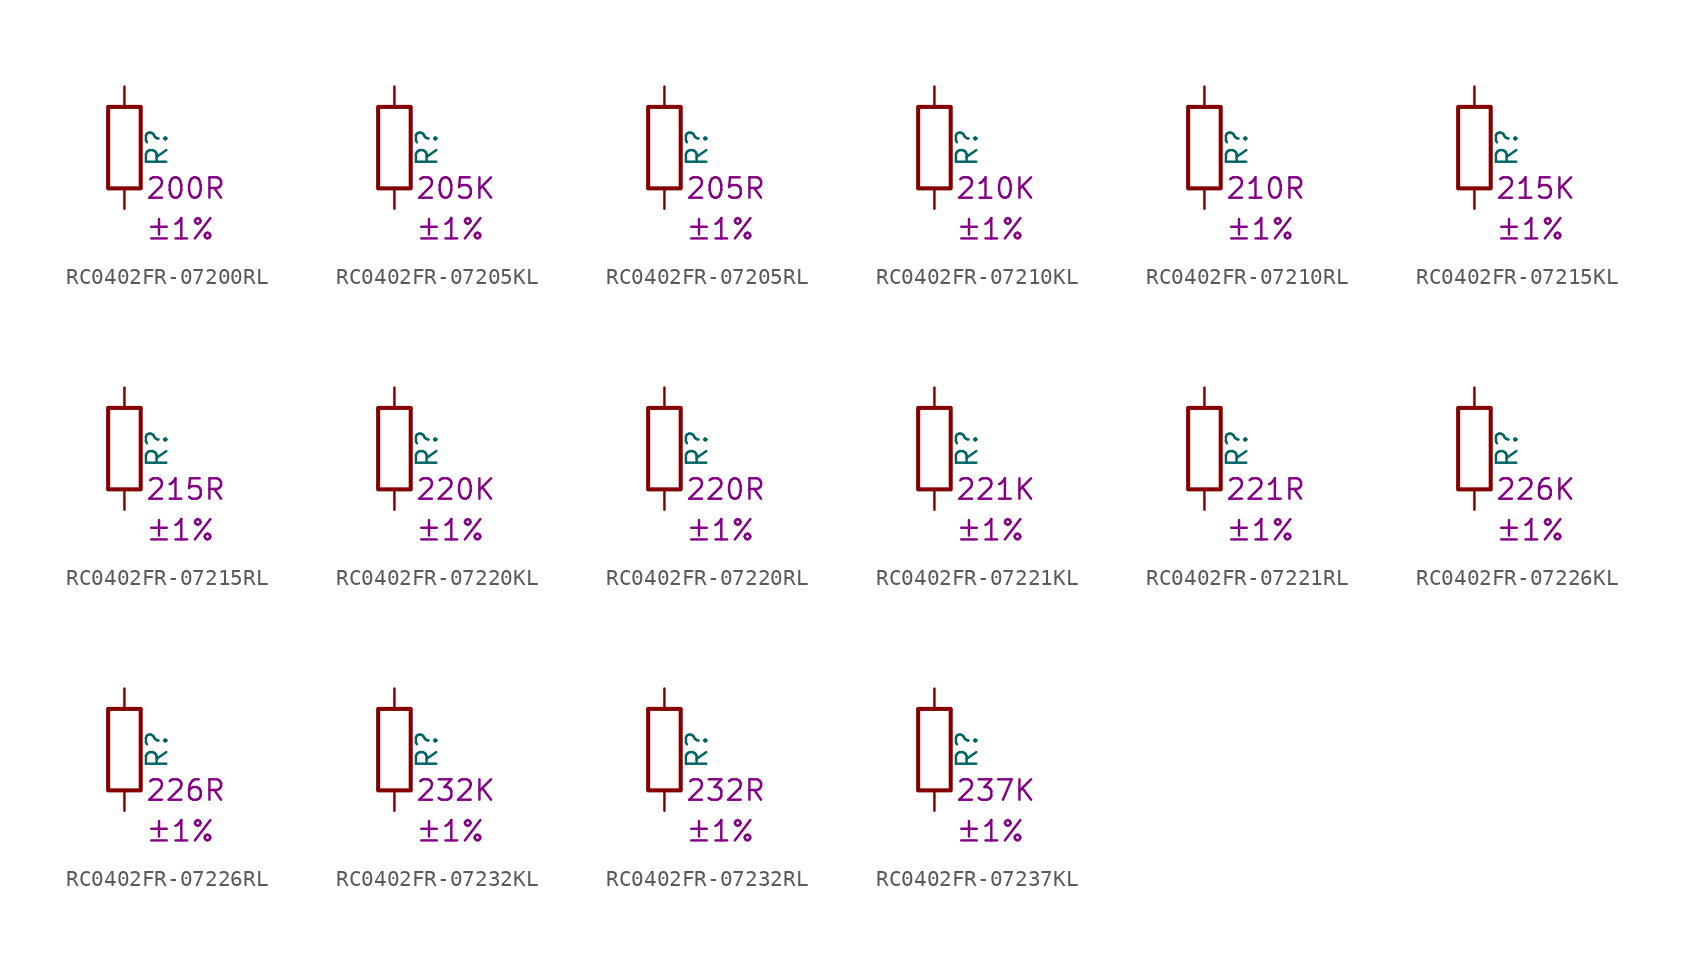
<source format=kicad_sym>
(kicad_symbol_lib
  (version 20220914)
  (generator kicad_symbol_editor)
  (symbol "RC0402FR-07200RL"
    (pin_numbers hide)
    (pin_names
      (offset 0))
    (property "Reference" "R"
      (at 2.032 0 90)
      (effects (font (size 1.27 1.27))))
    (property "Resistance" "200R"
      (at 1.27 -2.54 0)
      (effects (font (size 1.27 1.27)) (justify left)))
    (property "Tolerance" "±1%"
      (at 1.27 -5.08 0)
      (effects (font (size 1.27 1.27)) (justify left)))
    (symbol "RC0402FR-07200RL_0_1"
      (rectangle (start -1.016 -2.54) (end 1.016 2.54) (stroke (width 0.254) (type default)) (fill (type none))))
    (symbol "RC0402FR-07200RL_1_1"
      (pin passive line (at 0 3.81 270) (length 1.27) (name "~" (effects (font (size 1.27 1.27)))) (number "1" (effects (font (size 1.27 1.27)))))
      (pin passive line (at 0 -3.81 90) (length 1.27) (name "~" (effects (font (size 1.27 1.27)))) (number "2" (effects (font (size 1.27 1.27)))))))
  (symbol "RC0402FR-07205KL"
    (pin_numbers hide)
    (pin_names
      (offset 0))
    (property "Reference" "R"
      (at 2.032 0 90)
      (effects (font (size 1.27 1.27))))
    (property "Resistance" "205K"
      (at 1.27 -2.54 0)
      (effects (font (size 1.27 1.27)) (justify left)))
    (property "Tolerance" "±1%"
      (at 1.27 -5.08 0)
      (effects (font (size 1.27 1.27)) (justify left)))
    (symbol "RC0402FR-07205KL_0_1"
      (rectangle (start -1.016 -2.54) (end 1.016 2.54) (stroke (width 0.254) (type default)) (fill (type none))))
    (symbol "RC0402FR-07205KL_1_1"
      (pin passive line (at 0 3.81 270) (length 1.27) (name "~" (effects (font (size 1.27 1.27)))) (number "1" (effects (font (size 1.27 1.27)))))
      (pin passive line (at 0 -3.81 90) (length 1.27) (name "~" (effects (font (size 1.27 1.27)))) (number "2" (effects (font (size 1.27 1.27)))))))
  (symbol "RC0402FR-07205RL"
    (pin_numbers hide)
    (pin_names
      (offset 0))
    (property "Reference" "R"
      (at 2.032 0 90)
      (effects (font (size 1.27 1.27))))
    (property "Resistance" "205R"
      (at 1.27 -2.54 0)
      (effects (font (size 1.27 1.27)) (justify left)))
    (property "Tolerance" "±1%"
      (at 1.27 -5.08 0)
      (effects (font (size 1.27 1.27)) (justify left)))
    (symbol "RC0402FR-07205RL_0_1"
      (rectangle (start -1.016 -2.54) (end 1.016 2.54) (stroke (width 0.254) (type default)) (fill (type none))))
    (symbol "RC0402FR-07205RL_1_1"
      (pin passive line (at 0 3.81 270) (length 1.27) (name "~" (effects (font (size 1.27 1.27)))) (number "1" (effects (font (size 1.27 1.27)))))
      (pin passive line (at 0 -3.81 90) (length 1.27) (name "~" (effects (font (size 1.27 1.27)))) (number "2" (effects (font (size 1.27 1.27)))))))
  (symbol "RC0402FR-07210KL"
    (pin_numbers hide)
    (pin_names
      (offset 0))
    (property "Reference" "R"
      (at 2.032 0 90)
      (effects (font (size 1.27 1.27))))
    (property "Resistance" "210K"
      (at 1.27 -2.54 0)
      (effects (font (size 1.27 1.27)) (justify left)))
    (property "Tolerance" "±1%"
      (at 1.27 -5.08 0)
      (effects (font (size 1.27 1.27)) (justify left)))
    (symbol "RC0402FR-07210KL_0_1"
      (rectangle (start -1.016 -2.54) (end 1.016 2.54) (stroke (width 0.254) (type default)) (fill (type none))))
    (symbol "RC0402FR-07210KL_1_1"
      (pin passive line (at 0 3.81 270) (length 1.27) (name "~" (effects (font (size 1.27 1.27)))) (number "1" (effects (font (size 1.27 1.27)))))
      (pin passive line (at 0 -3.81 90) (length 1.27) (name "~" (effects (font (size 1.27 1.27)))) (number "2" (effects (font (size 1.27 1.27)))))))
  (symbol "RC0402FR-07210RL"
    (pin_numbers hide)
    (pin_names
      (offset 0))
    (property "Reference" "R"
      (at 2.032 0 90)
      (effects (font (size 1.27 1.27))))
    (property "Resistance" "210R"
      (at 1.27 -2.54 0)
      (effects (font (size 1.27 1.27)) (justify left)))
    (property "Tolerance" "±1%"
      (at 1.27 -5.08 0)
      (effects (font (size 1.27 1.27)) (justify left)))
    (symbol "RC0402FR-07210RL_0_1"
      (rectangle (start -1.016 -2.54) (end 1.016 2.54) (stroke (width 0.254) (type default)) (fill (type none))))
    (symbol "RC0402FR-07210RL_1_1"
      (pin passive line (at 0 3.81 270) (length 1.27) (name "~" (effects (font (size 1.27 1.27)))) (number "1" (effects (font (size 1.27 1.27)))))
      (pin passive line (at 0 -3.81 90) (length 1.27) (name "~" (effects (font (size 1.27 1.27)))) (number "2" (effects (font (size 1.27 1.27)))))))
  (symbol "RC0402FR-07215KL"
    (pin_numbers hide)
    (pin_names
      (offset 0))
    (property "Reference" "R"
      (at 2.032 0 90)
      (effects (font (size 1.27 1.27))))
    (property "Resistance" "215K"
      (at 1.27 -2.54 0)
      (effects (font (size 1.27 1.27)) (justify left)))
    (property "Tolerance" "±1%"
      (at 1.27 -5.08 0)
      (effects (font (size 1.27 1.27)) (justify left)))
    (symbol "RC0402FR-07215KL_0_1"
      (rectangle (start -1.016 -2.54) (end 1.016 2.54) (stroke (width 0.254) (type default)) (fill (type none))))
    (symbol "RC0402FR-07215KL_1_1"
      (pin passive line (at 0 3.81 270) (length 1.27) (name "~" (effects (font (size 1.27 1.27)))) (number "1" (effects (font (size 1.27 1.27)))))
      (pin passive line (at 0 -3.81 90) (length 1.27) (name "~" (effects (font (size 1.27 1.27)))) (number "2" (effects (font (size 1.27 1.27)))))))
  (symbol "RC0402FR-07215RL"
    (pin_numbers hide)
    (pin_names
      (offset 0))
    (property "Reference" "R"
      (at 2.032 0 90)
      (effects (font (size 1.27 1.27))))
    (property "Resistance" "215R"
      (at 1.27 -2.54 0)
      (effects (font (size 1.27 1.27)) (justify left)))
    (property "Tolerance" "±1%"
      (at 1.27 -5.08 0)
      (effects (font (size 1.27 1.27)) (justify left)))
    (symbol "RC0402FR-07215RL_0_1"
      (rectangle (start -1.016 -2.54) (end 1.016 2.54) (stroke (width 0.254) (type default)) (fill (type none))))
    (symbol "RC0402FR-07215RL_1_1"
      (pin passive line (at 0 3.81 270) (length 1.27) (name "~" (effects (font (size 1.27 1.27)))) (number "1" (effects (font (size 1.27 1.27)))))
      (pin passive line (at 0 -3.81 90) (length 1.27) (name "~" (effects (font (size 1.27 1.27)))) (number "2" (effects (font (size 1.27 1.27)))))))
  (symbol "RC0402FR-07220KL"
    (pin_numbers hide)
    (pin_names
      (offset 0))
    (property "Reference" "R"
      (at 2.032 0 90)
      (effects (font (size 1.27 1.27))))
    (property "Resistance" "220K"
      (at 1.27 -2.54 0)
      (effects (font (size 1.27 1.27)) (justify left)))
    (property "Tolerance" "±1%"
      (at 1.27 -5.08 0)
      (effects (font (size 1.27 1.27)) (justify left)))
    (symbol "RC0402FR-07220KL_0_1"
      (rectangle (start -1.016 -2.54) (end 1.016 2.54) (stroke (width 0.254) (type default)) (fill (type none))))
    (symbol "RC0402FR-07220KL_1_1"
      (pin passive line (at 0 3.81 270) (length 1.27) (name "~" (effects (font (size 1.27 1.27)))) (number "1" (effects (font (size 1.27 1.27)))))
      (pin passive line (at 0 -3.81 90) (length 1.27) (name "~" (effects (font (size 1.27 1.27)))) (number "2" (effects (font (size 1.27 1.27)))))))
  (symbol "RC0402FR-07220RL"
    (pin_numbers hide)
    (pin_names
      (offset 0))
    (property "Reference" "R"
      (at 2.032 0 90)
      (effects (font (size 1.27 1.27))))
    (property "Resistance" "220R"
      (at 1.27 -2.54 0)
      (effects (font (size 1.27 1.27)) (justify left)))
    (property "Tolerance" "±1%"
      (at 1.27 -5.08 0)
      (effects (font (size 1.27 1.27)) (justify left)))
    (symbol "RC0402FR-07220RL_0_1"
      (rectangle (start -1.016 -2.54) (end 1.016 2.54) (stroke (width 0.254) (type default)) (fill (type none))))
    (symbol "RC0402FR-07220RL_1_1"
      (pin passive line (at 0 3.81 270) (length 1.27) (name "~" (effects (font (size 1.27 1.27)))) (number "1" (effects (font (size 1.27 1.27)))))
      (pin passive line (at 0 -3.81 90) (length 1.27) (name "~" (effects (font (size 1.27 1.27)))) (number "2" (effects (font (size 1.27 1.27)))))))
  (symbol "RC0402FR-07221KL"
    (pin_numbers hide)
    (pin_names
      (offset 0))
    (property "Reference" "R"
      (at 2.032 0 90)
      (effects (font (size 1.27 1.27))))
    (property "Resistance" "221K"
      (at 1.27 -2.54 0)
      (effects (font (size 1.27 1.27)) (justify left)))
    (property "Tolerance" "±1%"
      (at 1.27 -5.08 0)
      (effects (font (size 1.27 1.27)) (justify left)))
    (symbol "RC0402FR-07221KL_0_1"
      (rectangle (start -1.016 -2.54) (end 1.016 2.54) (stroke (width 0.254) (type default)) (fill (type none))))
    (symbol "RC0402FR-07221KL_1_1"
      (pin passive line (at 0 3.81 270) (length 1.27) (name "~" (effects (font (size 1.27 1.27)))) (number "1" (effects (font (size 1.27 1.27)))))
      (pin passive line (at 0 -3.81 90) (length 1.27) (name "~" (effects (font (size 1.27 1.27)))) (number "2" (effects (font (size 1.27 1.27)))))))
  (symbol "RC0402FR-07221RL"
    (pin_numbers hide)
    (pin_names
      (offset 0))
    (property "Reference" "R"
      (at 2.032 0 90)
      (effects (font (size 1.27 1.27))))
    (property "Resistance" "221R"
      (at 1.27 -2.54 0)
      (effects (font (size 1.27 1.27)) (justify left)))
    (property "Tolerance" "±1%"
      (at 1.27 -5.08 0)
      (effects (font (size 1.27 1.27)) (justify left)))
    (symbol "RC0402FR-07221RL_0_1"
      (rectangle (start -1.016 -2.54) (end 1.016 2.54) (stroke (width 0.254) (type default)) (fill (type none))))
    (symbol "RC0402FR-07221RL_1_1"
      (pin passive line (at 0 3.81 270) (length 1.27) (name "~" (effects (font (size 1.27 1.27)))) (number "1" (effects (font (size 1.27 1.27)))))
      (pin passive line (at 0 -3.81 90) (length 1.27) (name "~" (effects (font (size 1.27 1.27)))) (number "2" (effects (font (size 1.27 1.27)))))))
  (symbol "RC0402FR-07226KL"
    (pin_numbers hide)
    (pin_names
      (offset 0))
    (property "Reference" "R"
      (at 2.032 0 90)
      (effects (font (size 1.27 1.27))))
    (property "Resistance" "226K"
      (at 1.27 -2.54 0)
      (effects (font (size 1.27 1.27)) (justify left)))
    (property "Tolerance" "±1%"
      (at 1.27 -5.08 0)
      (effects (font (size 1.27 1.27)) (justify left)))
    (symbol "RC0402FR-07226KL_0_1"
      (rectangle (start -1.016 -2.54) (end 1.016 2.54) (stroke (width 0.254) (type default)) (fill (type none))))
    (symbol "RC0402FR-07226KL_1_1"
      (pin passive line (at 0 3.81 270) (length 1.27) (name "~" (effects (font (size 1.27 1.27)))) (number "1" (effects (font (size 1.27 1.27)))))
      (pin passive line (at 0 -3.81 90) (length 1.27) (name "~" (effects (font (size 1.27 1.27)))) (number "2" (effects (font (size 1.27 1.27)))))))
  (symbol "RC0402FR-07226RL"
    (pin_numbers hide)
    (pin_names
      (offset 0))
    (property "Reference" "R"
      (at 2.032 0 90)
      (effects (font (size 1.27 1.27))))
    (property "Resistance" "226R"
      (at 1.27 -2.54 0)
      (effects (font (size 1.27 1.27)) (justify left)))
    (property "Tolerance" "±1%"
      (at 1.27 -5.08 0)
      (effects (font (size 1.27 1.27)) (justify left)))
    (symbol "RC0402FR-07226RL_0_1"
      (rectangle (start -1.016 -2.54) (end 1.016 2.54) (stroke (width 0.254) (type default)) (fill (type none))))
    (symbol "RC0402FR-07226RL_1_1"
      (pin passive line (at 0 3.81 270) (length 1.27) (name "~" (effects (font (size 1.27 1.27)))) (number "1" (effects (font (size 1.27 1.27)))))
      (pin passive line (at 0 -3.81 90) (length 1.27) (name "~" (effects (font (size 1.27 1.27)))) (number "2" (effects (font (size 1.27 1.27)))))))
  (symbol "RC0402FR-07232KL"
    (pin_numbers hide)
    (pin_names
      (offset 0))
    (property "Reference" "R"
      (at 2.032 0 90)
      (effects (font (size 1.27 1.27))))
    (property "Resistance" "232K"
      (at 1.27 -2.54 0)
      (effects (font (size 1.27 1.27)) (justify left)))
    (property "Tolerance" "±1%"
      (at 1.27 -5.08 0)
      (effects (font (size 1.27 1.27)) (justify left)))
    (symbol "RC0402FR-07232KL_0_1"
      (rectangle (start -1.016 -2.54) (end 1.016 2.54) (stroke (width 0.254) (type default)) (fill (type none))))
    (symbol "RC0402FR-07232KL_1_1"
      (pin passive line (at 0 3.81 270) (length 1.27) (name "~" (effects (font (size 1.27 1.27)))) (number "1" (effects (font (size 1.27 1.27)))))
      (pin passive line (at 0 -3.81 90) (length 1.27) (name "~" (effects (font (size 1.27 1.27)))) (number "2" (effects (font (size 1.27 1.27)))))))
  (symbol "RC0402FR-07232RL"
    (pin_numbers hide)
    (pin_names
      (offset 0))
    (property "Reference" "R"
      (at 2.032 0 90)
      (effects (font (size 1.27 1.27))))
    (property "Resistance" "232R"
      (at 1.27 -2.54 0)
      (effects (font (size 1.27 1.27)) (justify left)))
    (property "Tolerance" "±1%"
      (at 1.27 -5.08 0)
      (effects (font (size 1.27 1.27)) (justify left)))
    (symbol "RC0402FR-07232RL_0_1"
      (rectangle (start -1.016 -2.54) (end 1.016 2.54) (stroke (width 0.254) (type default)) (fill (type none))))
    (symbol "RC0402FR-07232RL_1_1"
      (pin passive line (at 0 3.81 270) (length 1.27) (name "~" (effects (font (size 1.27 1.27)))) (number "1" (effects (font (size 1.27 1.27)))))
      (pin passive line (at 0 -3.81 90) (length 1.27) (name "~" (effects (font (size 1.27 1.27)))) (number "2" (effects (font (size 1.27 1.27)))))))
  (symbol "RC0402FR-07237KL"
    (pin_numbers hide)
    (pin_names
      (offset 0))
    (property "Reference" "R"
      (at 2.032 0 90)
      (effects (font (size 1.27 1.27))))
    (property "Resistance" "237K"
      (at 1.27 -2.54 0)
      (effects (font (size 1.27 1.27)) (justify left)))
    (property "Tolerance" "±1%"
      (at 1.27 -5.08 0)
      (effects (font (size 1.27 1.27)) (justify left)))
    (symbol "RC0402FR-07237KL_0_1"
      (rectangle (start -1.016 -2.54) (end 1.016 2.54) (stroke (width 0.254) (type default)) (fill (type none))))
    (symbol "RC0402FR-07237KL_1_1"
      (pin passive line (at 0 3.81 270) (length 1.27) (name "~" (effects (font (size 1.27 1.27)))) (number "1" (effects (font (size 1.27 1.27)))))
      (pin passive line (at 0 -3.81 90) (length 1.27) (name "~" (effects (font (size 1.27 1.27)))) (number "2" (effects (font (size 1.27 1.27))))))))
</source>
